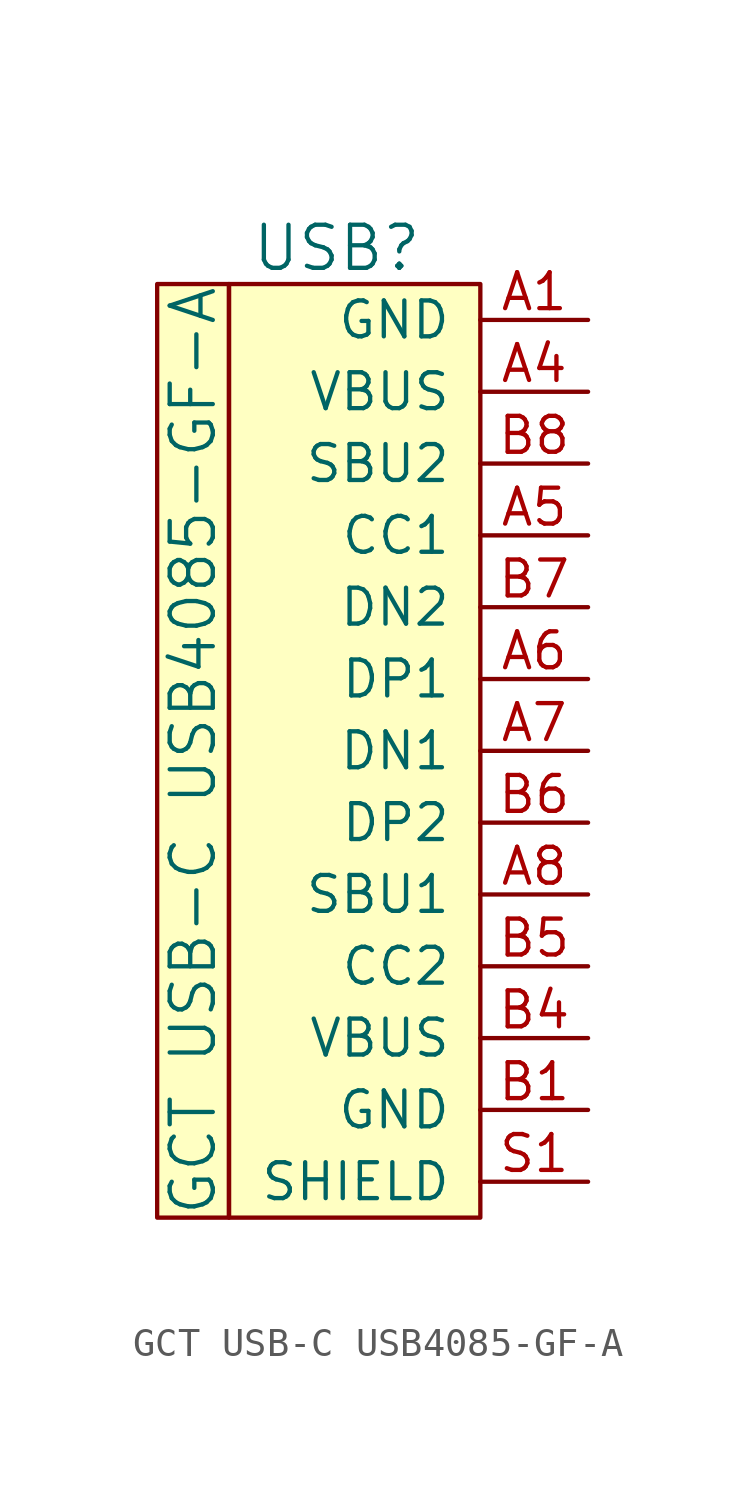
<source format=kicad_sym>
(kicad_symbol_lib
  (version 20231120)
  (generator "kicad_symbol_editor")
  (generator_version "8.0")
  (symbol "GCT USB-C USB4085-GF-A"
    (pin_names
      (offset 1.016))
    (property "Reference" "USB"
      (at -8.89 2.54 0)
      (effects (font (size 1.524 1.524))))
    (property "Value" "GCT USB-C USB4085-GF-A"
      (at -13.97 -15.24 90)
      (effects (font (size 1.524 1.524))))
    (symbol "GCT USB-C USB4085-GF-A_0_1"
      (rectangle (start -15.24 1.27) (end -12.7 -31.75) (stroke (width 0) (type solid)) (fill (type background)))
      (rectangle (start -12.7 1.27) (end -3.81 -31.75) (stroke (width 0) (type solid)) (fill (type background))))
    (symbol "GCT USB-C USB4085-GF-A_1_1"
      (pin input line (at 0 0 180) (length 3.81) (name "GND" (effects (font (size 1.27 1.27)))) (number "A1" (effects (font (size 1.27 1.27)))))
      (pin input line (at 0 0 180) (length 3.81) hide (name "GND" (effects (font (size 1.27 1.27)))) (number "A12" (effects (font (size 1.27 1.27)))))
      (pin input line (at 0 -2.54 180) (length 3.81) (name "VBUS" (effects (font (size 1.27 1.27)))) (number "A4" (effects (font (size 1.27 1.27)))))
      (pin input line (at 0 -7.62 180) (length 3.81) (name "CC1" (effects (font (size 1.27 1.27)))) (number "A5" (effects (font (size 1.27 1.27)))))
      (pin input line (at 0 -12.7 180) (length 3.81) (name "DP1" (effects (font (size 1.27 1.27)))) (number "A6" (effects (font (size 1.27 1.27)))))
      (pin input line (at 0 -15.24 180) (length 3.81) (name "DN1" (effects (font (size 1.27 1.27)))) (number "A7" (effects (font (size 1.27 1.27)))))
      (pin input line (at 0 -20.32 180) (length 3.81) (name "SBU1" (effects (font (size 1.27 1.27)))) (number "A8" (effects (font (size 1.27 1.27)))))
      (pin input line (at 0 -2.54 180) (length 3.81) hide (name "VBUS" (effects (font (size 1.27 1.27)))) (number "A9" (effects (font (size 1.27 1.27)))))
      (pin input line (at 0 -27.94 180) (length 3.81) (name "GND" (effects (font (size 1.27 1.27)))) (number "B1" (effects (font (size 1.27 1.27)))))
      (pin input line (at 0 -27.94 180) (length 3.81) hide (name "GND" (effects (font (size 1.27 1.27)))) (number "B12" (effects (font (size 1.27 1.27)))))
      (pin input line (at 0 -25.4 180) (length 3.81) (name "VBUS" (effects (font (size 1.27 1.27)))) (number "B4" (effects (font (size 1.27 1.27)))))
      (pin input line (at 0 -22.86 180) (length 3.81) (name "CC2" (effects (font (size 1.27 1.27)))) (number "B5" (effects (font (size 1.27 1.27)))))
      (pin input line (at 0 -17.78 180) (length 3.81) (name "DP2" (effects (font (size 1.27 1.27)))) (number "B6" (effects (font (size 1.27 1.27)))))
      (pin input line (at 0 -10.16 180) (length 3.81) (name "DN2" (effects (font (size 1.27 1.27)))) (number "B7" (effects (font (size 1.27 1.27)))))
      (pin input line (at 0 -5.08 180) (length 3.81) (name "SBU2" (effects (font (size 1.27 1.27)))) (number "B8" (effects (font (size 1.27 1.27)))))
      (pin input line (at 0 -25.4 180) (length 3.81) hide (name "VBUS" (effects (font (size 1.27 1.27)))) (number "B9" (effects (font (size 1.27 1.27)))))
      (pin input line (at 0 -30.48 180) (length 3.81) (name "SHIELD" (effects (font (size 1.27 1.27)))) (number "S1" (effects (font (size 1.27 1.27))))))))
</source>
